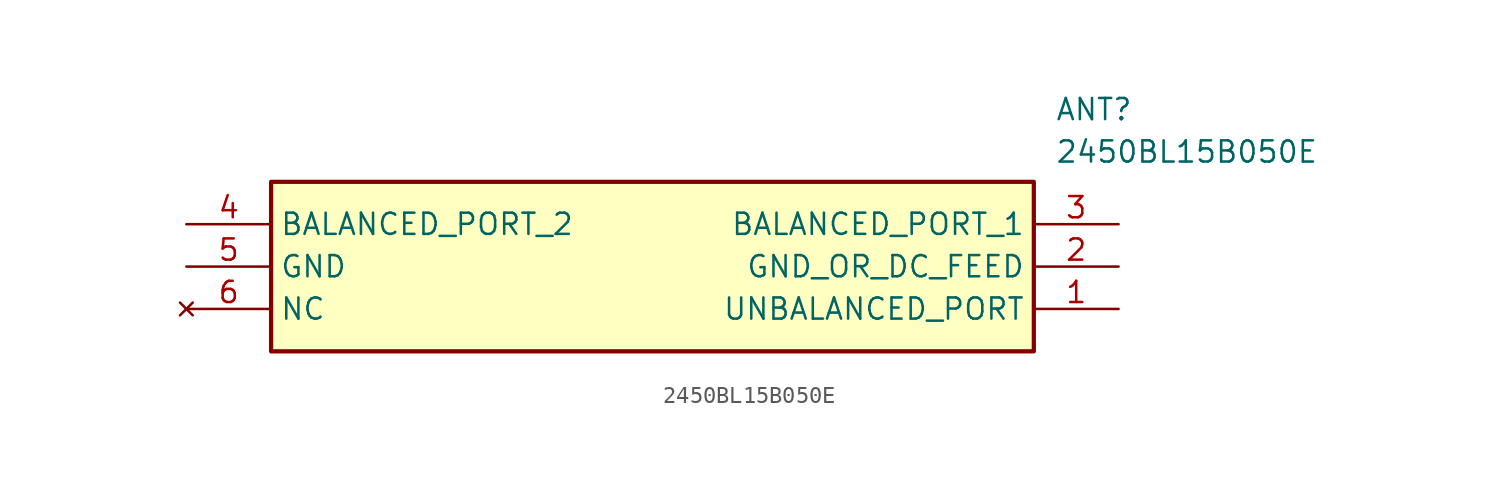
<source format=kicad_sym>
(kicad_symbol_lib
  (version 20211014)
  (generator SamacSys_ECAD_Model)
  (symbol "2450BL15B050E"
    (property "Reference" "ANT"
      (at 52.07 7.62 0)
      (effects (font (size 1.27 1.27)) (justify left top)))
    (property "Value" "2450BL15B050E"
      (at 52.07 5.08 0)
      (effects (font (size 1.27 1.27)) (justify left top)))
    (rectangle
      (start 5.08 2.54)
      (end 50.8 -7.62)
      (stroke (width 0.254) (type default))
      (fill (type background)))
    (pin passive line
      (at 55.88 -5.08 180)
      (length 5.08)
      (name "UNBALANCED_PORT" (effects (font (size 1.27 1.27))))
      (number "1" (effects (font (size 1.27 1.27)))))
    (pin passive line
      (at 55.88 -2.54 180)
      (length 5.08)
      (name "GND_OR_DC_FEED" (effects (font (size 1.27 1.27))))
      (number "2" (effects (font (size 1.27 1.27)))))
    (pin passive line
      (at 55.88 0 180)
      (length 5.08)
      (name "BALANCED_PORT_1" (effects (font (size 1.27 1.27))))
      (number "3" (effects (font (size 1.27 1.27)))))
    (pin passive line
      (at 0 0 0)
      (length 5.08)
      (name "BALANCED_PORT_2" (effects (font (size 1.27 1.27))))
      (number "4" (effects (font (size 1.27 1.27)))))
    (pin passive line
      (at 0 -2.54 0)
      (length 5.08)
      (name "GND" (effects (font (size 1.27 1.27))))
      (number "5" (effects (font (size 1.27 1.27)))))
    (pin no_connect line
      (at 0 -5.08 0)
      (length 5.08)
      (name "NC" (effects (font (size 1.27 1.27))))
      (number "6" (effects (font (size 1.27 1.27)))))))
</source>
